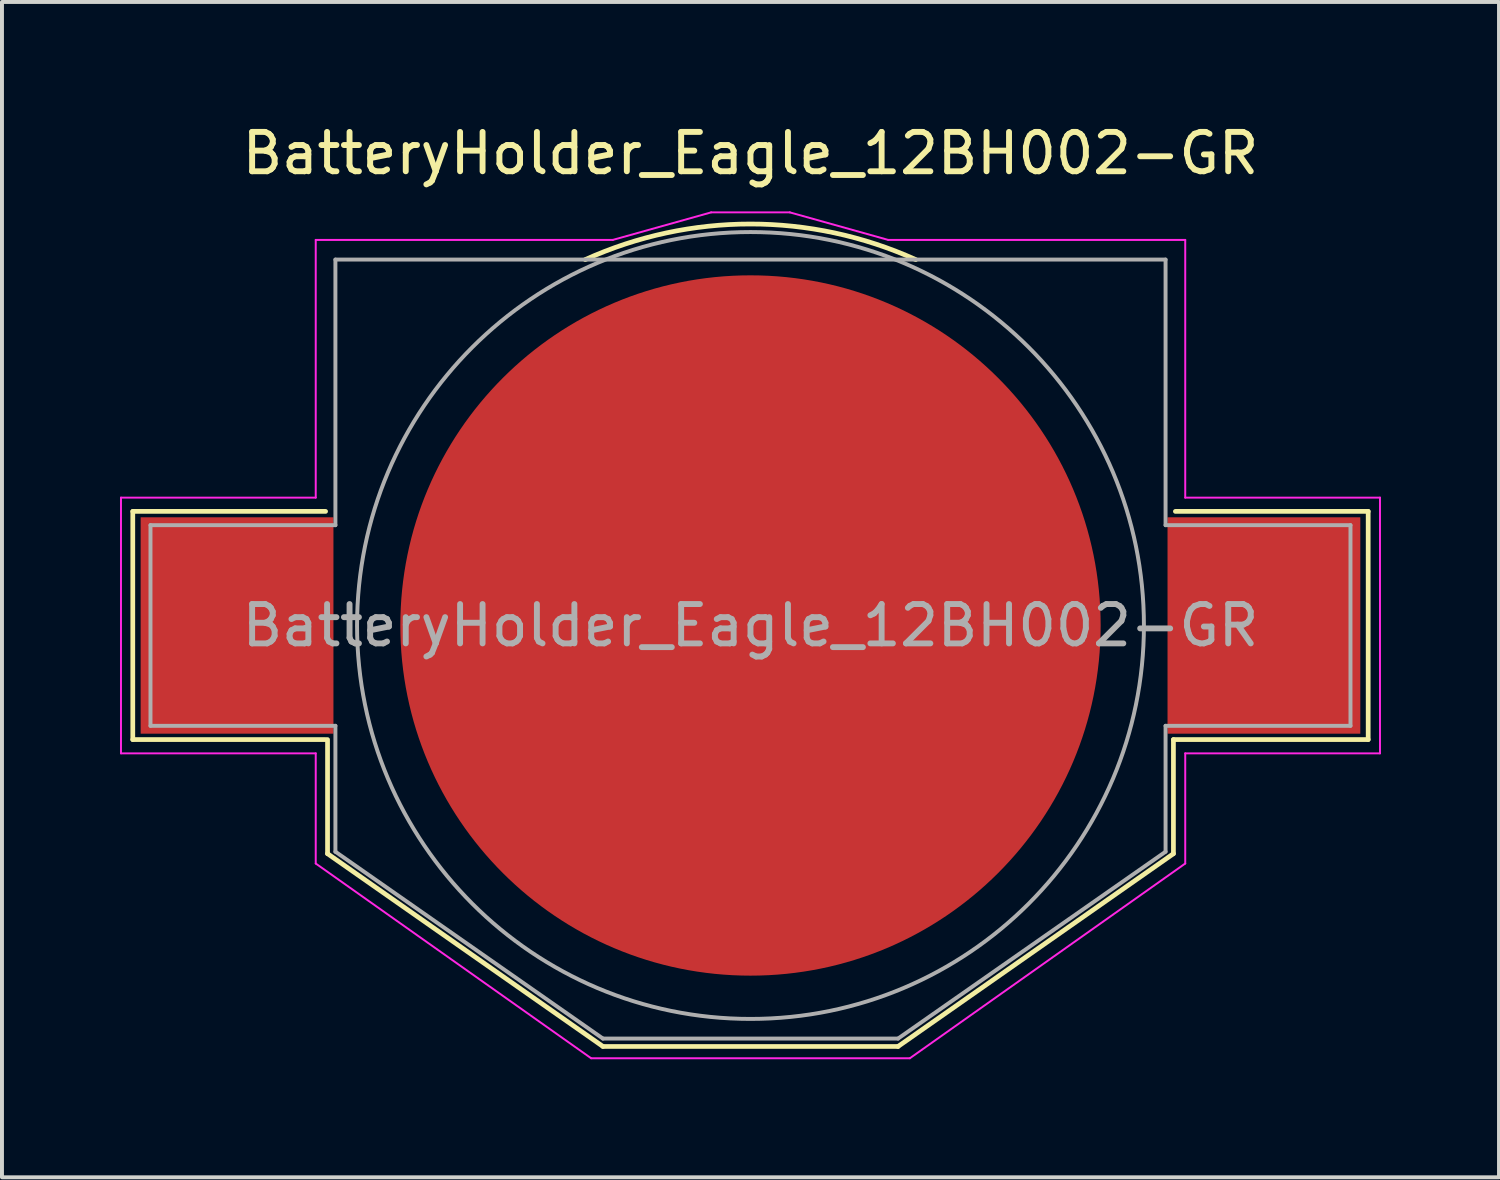
<source format=kicad_pcb>
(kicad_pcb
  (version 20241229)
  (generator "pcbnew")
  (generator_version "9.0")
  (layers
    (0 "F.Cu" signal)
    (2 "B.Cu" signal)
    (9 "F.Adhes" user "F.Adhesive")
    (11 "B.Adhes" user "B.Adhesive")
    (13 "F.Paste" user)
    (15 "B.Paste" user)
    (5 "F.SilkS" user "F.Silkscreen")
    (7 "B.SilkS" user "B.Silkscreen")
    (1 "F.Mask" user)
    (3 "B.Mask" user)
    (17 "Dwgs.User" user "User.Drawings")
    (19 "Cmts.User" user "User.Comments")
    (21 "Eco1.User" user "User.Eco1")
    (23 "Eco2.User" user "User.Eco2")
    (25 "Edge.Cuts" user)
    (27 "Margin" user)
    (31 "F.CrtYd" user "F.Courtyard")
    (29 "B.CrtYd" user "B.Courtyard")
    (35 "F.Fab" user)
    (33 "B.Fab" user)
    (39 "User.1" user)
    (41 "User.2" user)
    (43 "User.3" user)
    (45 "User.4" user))
  (footprint "BatteryHolder_Eagle_12BH002-GR"
    (layer "F.Cu")
    (at 16.025 12.848)
    (property "Reference" "BatteryHolder_Eagle_12BH002-GR" (at 0 -12 0) (layer "F.SilkS") (effects (font (size 1 1) (thickness 0.15))))
    (attr smd)
    (fp_line (start -15.7 -2.9) (end -15.7 2.9) (stroke (width 0.12) (type solid)) (layer "F.SilkS"))
    (fp_line (start -15.7 2.9) (end -10.8 2.9) (stroke (width 0.12) (type solid)) (layer "F.SilkS"))
    (fp_line (start -10.8 -2.9) (end -15.7 -2.9) (stroke (width 0.12) (type solid)) (layer "F.SilkS"))
    (fp_line (start -10.75 2.9) (end -10.75 5.8) (stroke (width 0.12) (type solid)) (layer "F.SilkS"))
    (fp_line (start -3.75 10.7) (end -10.75 5.8) (stroke (width 0.12) (type solid)) (layer "F.SilkS"))
    (fp_line (start -3.75 10.7) (end 3.75 10.7) (stroke (width 0.12) (type solid)) (layer "F.SilkS"))
    (fp_line (start 3.75 10.7) (end 10.75 5.8) (stroke (width 0.12) (type solid)) (layer "F.SilkS"))
    (fp_line (start 10.75 2.9) (end 10.75 5.8) (stroke (width 0.12) (type solid)) (layer "F.SilkS"))
    (fp_line (start 10.8 -2.9) (end 15.7 -2.9) (stroke (width 0.12) (type solid)) (layer "F.SilkS"))
    (fp_line (start 15.7 -2.9) (end 15.7 2.9) (stroke (width 0.12) (type solid)) (layer "F.SilkS"))
    (fp_line (start 15.7 2.9) (end 10.75 2.9) (stroke (width 0.12) (type solid)) (layer "F.SilkS"))
    (fp_arc (start -4.2 -9.3) (mid 0 -10.204411) (end 4.2 -9.3) (stroke (width 0.12) (type solid)) (layer "F.SilkS"))
    (fp_line (start -16 -3.25) (end -16 3.25) (stroke (width 0.05) (type solid)) (layer "F.CrtYd"))
    (fp_line (start -16 -3.25) (end -11.05 -3.25) (stroke (width 0.05) (type solid)) (layer "F.CrtYd"))
    (fp_line (start -16 3.25) (end -11.05 3.25) (stroke (width 0.05) (type solid)) (layer "F.CrtYd"))
    (fp_line (start -11.05 -9.8) (end -3.5 -9.8) (stroke (width 0.05) (type solid)) (layer "F.CrtYd"))
    (fp_line (start -11.05 -3.25) (end -11.05 -9.8) (stroke (width 0.05) (type solid)) (layer "F.CrtYd"))
    (fp_line (start -11.05 3.25) (end -11.05 6.05) (stroke (width 0.05) (type solid)) (layer "F.CrtYd"))
    (fp_line (start -11.05 6.05) (end -4.05 11) (stroke (width 0.05) (type solid)) (layer "F.CrtYd"))
    (fp_line (start -4.05 11) (end 4.05 11) (stroke (width 0.05) (type solid)) (layer "F.CrtYd"))
    (fp_line (start -3.5 -9.8) (end -1 -10.5) (stroke (width 0.05) (type solid)) (layer "F.CrtYd"))
    (fp_line (start 1 -10.5) (end -1 -10.5) (stroke (width 0.05) (type solid)) (layer "F.CrtYd"))
    (fp_line (start 3.5 -9.8) (end 1 -10.5) (stroke (width 0.05) (type solid)) (layer "F.CrtYd"))
    (fp_line (start 11.05 -9.8) (end 3.5 -9.8) (stroke (width 0.05) (type solid)) (layer "F.CrtYd"))
    (fp_line (start 11.05 -3.25) (end 11.05 -9.8) (stroke (width 0.05) (type solid)) (layer "F.CrtYd"))
    (fp_line (start 11.05 3.25) (end 11.05 6.05) (stroke (width 0.05) (type solid)) (layer "F.CrtYd"))
    (fp_line (start 11.05 6.05) (end 4.05 11) (stroke (width 0.05) (type solid)) (layer "F.CrtYd"))
    (fp_line (start 16 -3.25) (end 11.05 -3.25) (stroke (width 0.05) (type solid)) (layer "F.CrtYd"))
    (fp_line (start 16 -3.25) (end 16 3.25) (stroke (width 0.05) (type solid)) (layer "F.CrtYd"))
    (fp_line (start 16 3.25) (end 11.05 3.25) (stroke (width 0.05) (type solid)) (layer "F.CrtYd"))
    (fp_line (start -15.25 -2.55) (end -15.25 2.55) (stroke (width 0.1) (type solid)) (layer "F.Fab"))
    (fp_line (start -15.25 -2.55) (end -10.55 -2.55) (stroke (width 0.1) (type solid)) (layer "F.Fab"))
    (fp_line (start -15.25 2.55) (end -10.55 2.55) (stroke (width 0.1) (type solid)) (layer "F.Fab"))
    (fp_line (start -10.55 -2.55) (end -10.55 -9.3) (stroke (width 0.1) (type solid)) (layer "F.Fab"))
    (fp_line (start -10.55 5.75) (end -10.55 2.55) (stroke (width 0.1) (type solid)) (layer "F.Fab"))
    (fp_line (start -3.75 10.5) (end -10.55 5.75) (stroke (width 0.1) (type solid)) (layer "F.Fab"))
    (fp_line (start 3.75 10.5) (end -3.75 10.5) (stroke (width 0.1) (type solid)) (layer "F.Fab"))
    (fp_line (start 3.75 10.5) (end 10.55 5.75) (stroke (width 0.1) (type solid)) (layer "F.Fab"))
    (fp_line (start 10.55 -9.3) (end -10.55 -9.3) (stroke (width 0.1) (type solid)) (layer "F.Fab"))
    (fp_line (start 10.55 -2.55) (end 10.55 -9.3) (stroke (width 0.1) (type solid)) (layer "F.Fab"))
    (fp_line (start 10.55 5.75) (end 10.55 2.55) (stroke (width 0.1) (type solid)) (layer "F.Fab"))
    (fp_line (start 15.25 -2.55) (end 10.55 -2.55) (stroke (width 0.1) (type solid)) (layer "F.Fab"))
    (fp_line (start 15.25 -2.55) (end 15.25 2.55) (stroke (width 0.1) (type solid)) (layer "F.Fab"))
    (fp_line (start 15.25 2.55) (end 10.55 2.55) (stroke (width 0.1) (type solid)) (layer "F.Fab"))
    (fp_circle (center 0 0) (end 10 0) (stroke (width 0.1) (type solid)) (fill no) (layer "F.Fab"))
    (fp_text user "${REFERENCE}" (at 0 0 0) (layer "F.Fab") (effects (font (size 1 1) (thickness 0.15))))
    (pad "1" smd rect (at -13.05 0) (size 4.9 5.5) (layers "F.Cu" "F.Mask" "F.Paste"))
    (pad "1" smd rect (at 13.05 0) (size 4.9 5.5) (layers "F.Cu" "F.Mask" "F.Paste"))
    (pad "2" connect circle (at 0 0) (size 17.8 17.8) (layers "F.Cu" "F.Mask")))
  (gr_rect
    (start -3 -3)
    (end 35.05 26.873)
    (stroke (width 0.1) (type default))
    (fill no)
    (layer "Edge.Cuts")))
</source>
